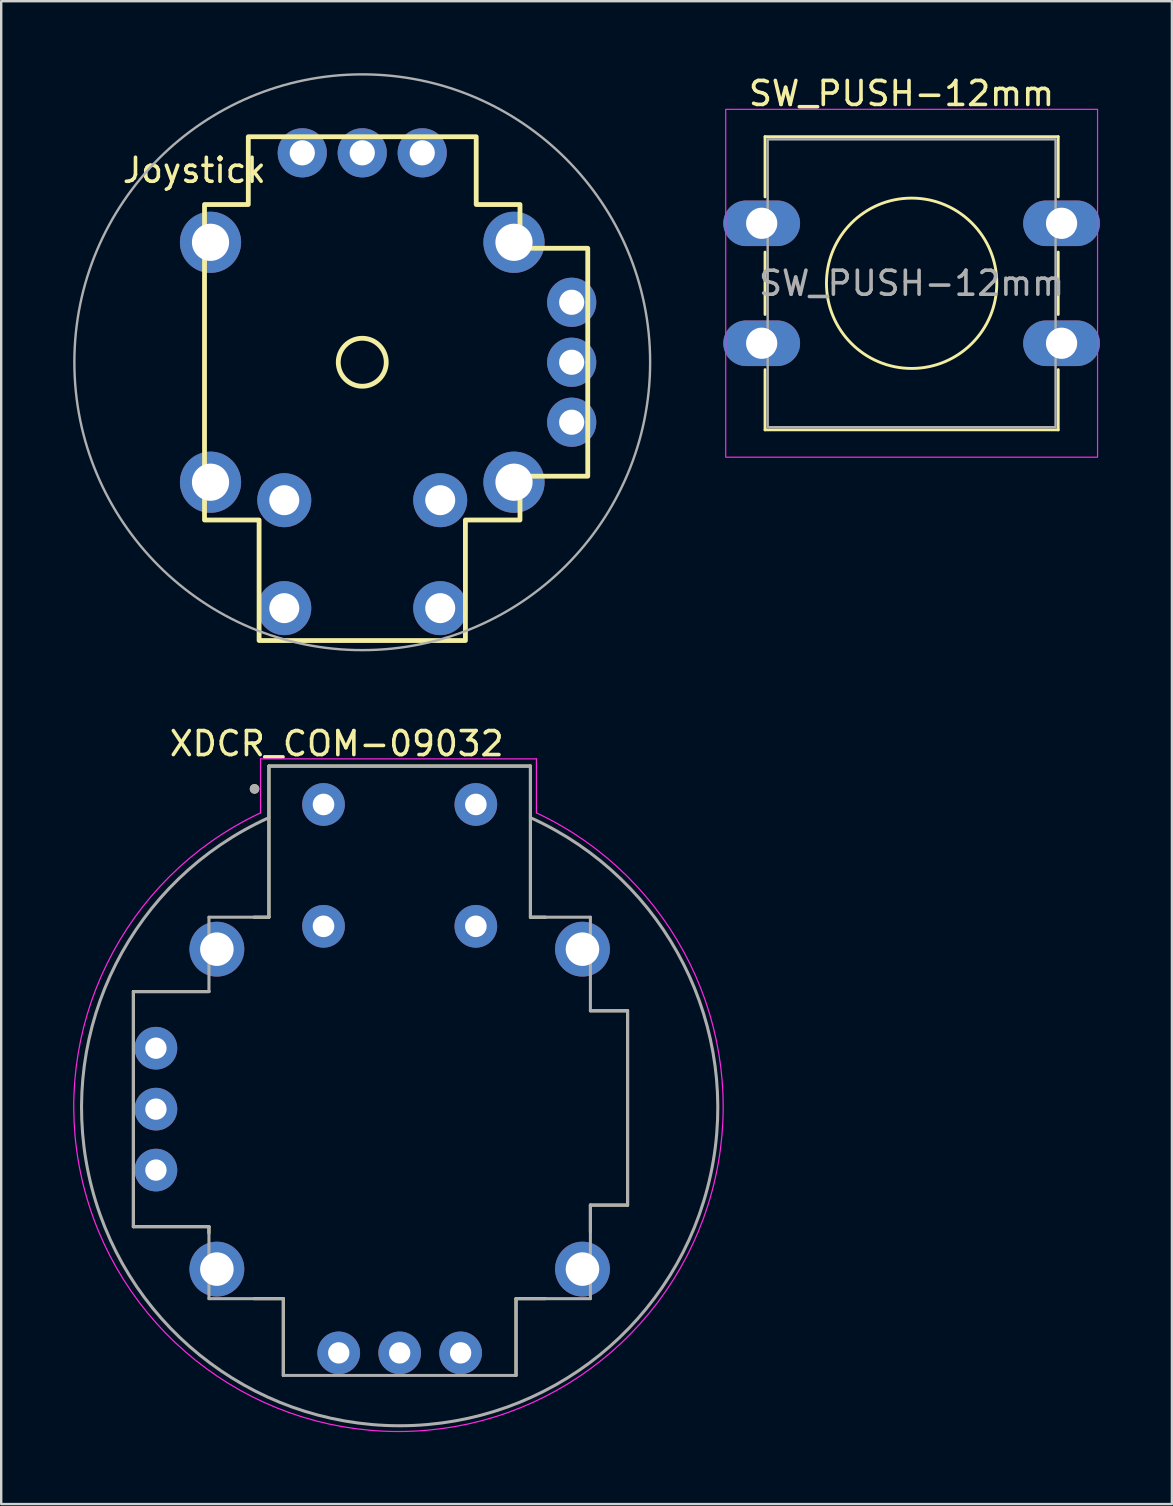
<source format=kicad_pcb>
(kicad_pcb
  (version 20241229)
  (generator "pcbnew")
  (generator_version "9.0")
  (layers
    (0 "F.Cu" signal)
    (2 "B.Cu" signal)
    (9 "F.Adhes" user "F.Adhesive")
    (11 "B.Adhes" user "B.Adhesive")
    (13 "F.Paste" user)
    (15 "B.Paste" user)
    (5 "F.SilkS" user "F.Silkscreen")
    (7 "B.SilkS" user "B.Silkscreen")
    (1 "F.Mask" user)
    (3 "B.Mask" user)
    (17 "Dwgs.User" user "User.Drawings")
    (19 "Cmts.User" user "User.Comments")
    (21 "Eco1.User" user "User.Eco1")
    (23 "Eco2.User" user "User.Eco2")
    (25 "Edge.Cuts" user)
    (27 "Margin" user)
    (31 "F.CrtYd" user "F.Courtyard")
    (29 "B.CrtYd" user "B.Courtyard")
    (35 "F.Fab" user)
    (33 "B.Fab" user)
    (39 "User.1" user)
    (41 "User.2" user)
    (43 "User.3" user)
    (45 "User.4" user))
  (footprint "SW_PUSH-12mm"
    (layer "F.Cu")
    (at 28.7 6.258)
    (property "Reference" "SW_PUSH-12mm" (at 5.83 -5.41 0) (layer "F.SilkS") (effects (font (size 1 1) (thickness 0.15))))
    (attr through_hole)
    (fp_line (start 0.14 -3.61) (end 0.14 -1.1) (stroke (width 0.12) (type default)) (layer "F.SilkS"))
    (fp_line (start 0.14 -3.61) (end 12.36 -3.61) (stroke (width 0.12) (type default)) (layer "F.SilkS"))
    (fp_line (start 0.14 1.2) (end 0.14 3.8) (stroke (width 0.12) (type default)) (layer "F.SilkS"))
    (fp_line (start 0.14 6.1) (end 0.14 8.61) (stroke (width 0.12) (type default)) (layer "F.SilkS"))
    (fp_line (start 12.36 -3.61) (end 12.36 -1.1) (stroke (width 0.12) (type default)) (layer "F.SilkS"))
    (fp_line (start 12.36 1.2) (end 12.36 3.8) (stroke (width 0.12) (type default)) (layer "F.SilkS"))
    (fp_line (start 12.36 6.1) (end 12.36 8.61) (stroke (width 0.12) (type default)) (layer "F.SilkS"))
    (fp_line (start 12.36 8.61) (end 0.14 8.61) (stroke (width 0.12) (type default)) (layer "F.SilkS"))
    (fp_circle (center 6.25 2.5) (end 9.8 2.5) (stroke (width 0.12) (type default)) (fill no) (layer "F.SilkS"))
    (fp_rect (start -1.5 -4.75) (end 14 9.75) (stroke (width 0.05) (type default)) (fill no) (layer "F.CrtYd"))
    (fp_rect (start 0.25 -3.5) (end 12.25 8.5) (stroke (width 0.1) (type default)) (fill no) (layer "F.Fab"))
    (fp_text user "${REFERENCE}" (at 6.25 2.5 0) (layer "F.Fab") (effects (font (size 1 1) (thickness 0.15))))
    (pad "1" thru_hole oval (at 0 0) (size 3.2 1.9) (drill 1.3) (layers "*.Cu" "*.Mask"))
    (pad "1" thru_hole oval (at 12.5 0) (size 3.2 1.9) (drill 1.3) (layers "*.Cu" "*.Mask"))
    (pad "2" thru_hole oval (at 0 5) (size 3.2 1.9) (drill 1.3) (layers "*.Cu" "*.Mask"))
    (pad "2" thru_hole oval (at 12.5 5) (size 3.2 1.9) (drill 1.3) (layers "*.Cu" "*.Mask")))
  (footprint "Joystick"
    (layer "F.Cu")
    (at 12.05 12.05)
    (property "Reference" "Joystick" (at -7 -8 0) (unlocked yes) (layer "F.SilkS") (effects (font (size 1 1) (thickness 0.15))))
    (attr through_hole)
    (fp_circle (center 0 0) (end 1 0) (stroke (width 0.2) (type default)) (fill no) (layer "F.SilkS"))
    (fp_poly (pts (xy -4.75 -9.4) (xy 4.75 -9.4) (xy 4.75 -6.575) (xy 6.575 -6.575) (xy 6.575 -4.75) (xy 9.4 -4.75) (xy 9.4 4.75) (xy 6.575 4.75) (xy 6.575 6.575) (xy 4.3 6.575) (xy 4.3 11.6) (xy -4.3 11.6) (xy -4.3 6.575) (xy -6.575 6.575) (xy -6.575 -6.575) (xy -4.75 -6.575)) (stroke (width 0.2) (type solid)) (fill no) (layer "F.SilkS"))
    (fp_circle (center 0 0) (end 12 0) (stroke (width 0.1) (type default)) (fill no) (layer "F.Fab"))
    (pad "" thru_hole circle (at -6.325 -5) (size 2.55 2.55) (drill 1.55) (layers "*.Cu" "*.Mask"))
    (pad "" thru_hole circle (at -6.325 5) (size 2.55 2.55) (drill 1.55) (layers "*.Cu" "*.Mask"))
    (pad "" thru_hole circle (at 6.325 -5) (size 2.55 2.55) (drill 1.55) (layers "*.Cu" "*.Mask"))
    (pad "" thru_hole circle (at 6.325 5) (size 2.55 2.55) (drill 1.55) (layers "*.Cu" "*.Mask"))
    (pad "1" thru_hole circle (at 2.5 -8.73) (size 2.05 2.05) (drill 1.05) (layers "*.Cu" "*.Mask"))
    (pad "1'" thru_hole circle (at 8.73 2.5) (size 2.05 2.05) (drill 1.05) (layers "*.Cu" "*.Mask"))
    (pad "2" thru_hole circle (at 0 -8.73) (size 2.05 2.05) (drill 1.05) (layers "*.Cu" "*.Mask"))
    (pad "2'" thru_hole circle (at 8.73 0) (size 2.05 2.05) (drill 1.05) (layers "*.Cu" "*.Mask"))
    (pad "3" thru_hole circle (at -2.5 -8.73) (size 2.05 2.05) (drill 1.05) (layers "*.Cu" "*.Mask"))
    (pad "3'" thru_hole circle (at 8.73 -2.5) (size 2.05 2.05) (drill 1.05) (layers "*.Cu" "*.Mask"))
    (pad "a" thru_hole circle (at -3.25 5.75) (size 2.25 2.25) (drill 1.25) (layers "*.Cu" "*.Mask"))
    (pad "b" thru_hole circle (at 3.25 5.75) (size 2.25 2.25) (drill 1.25) (layers "*.Cu" "*.Mask"))
    (pad "c" thru_hole circle (at -3.25 10.25) (size 2.25 2.25) (drill 1.25) (layers "*.Cu" "*.Mask"))
    (pad "d" thru_hole circle (at 3.25 10.25) (size 2.25 2.25) (drill 1.25) (layers "*.Cu" "*.Mask")))
  (footprint "XDCR_COM-09032"
    (layer "F.Cu")
    (at 13.61 43.183)
    (property "Reference" "XDCR_COM-09032" (at -2.625 -15.235 0) (layer "F.SilkS") (effects (font (size 1 1) (thickness 0.15))))
    (attr through_hole)
    (fp_line (start -11.1 -4.9) (end -7.95 -4.9) (stroke (width 0.127) (type solid)) (layer "F.SilkS"))
    (fp_line (start -11.1 4.9) (end -11.1 -4.9) (stroke (width 0.127) (type solid)) (layer "F.SilkS"))
    (fp_line (start -7.95 4.9) (end -11.1 4.9) (stroke (width 0.127) (type solid)) (layer "F.SilkS"))
    (fp_line (start -7.95 5.17) (end -7.95 4.9) (stroke (width 0.127) (type solid)) (layer "F.SilkS"))
    (fp_line (start -6.07 -8) (end -5.45 -8) (stroke (width 0.127) (type solid)) (layer "F.SilkS"))
    (fp_line (start -5.45 -14.3) (end 5.45 -14.3) (stroke (width 0.127) (type solid)) (layer "F.SilkS"))
    (fp_line (start -5.45 -8) (end -5.45 -14.3) (stroke (width 0.127) (type solid)) (layer "F.SilkS"))
    (fp_line (start -4.85 7.9) (end -6.07 7.9) (stroke (width 0.127) (type solid)) (layer "F.SilkS"))
    (fp_line (start -4.85 11.1) (end -4.85 7.9) (stroke (width 0.127) (type solid)) (layer "F.SilkS"))
    (fp_line (start 4.85 7.9) (end 4.85 11.1) (stroke (width 0.127) (type solid)) (layer "F.SilkS"))
    (fp_line (start 5.45 -14.3) (end 5.45 -8) (stroke (width 0.127) (type solid)) (layer "F.SilkS"))
    (fp_line (start 5.45 -8) (end 6.08 -8) (stroke (width 0.127) (type solid)) (layer "F.SilkS"))
    (fp_line (start 6.08 7.9) (end 4.85 7.9) (stroke (width 0.127) (type solid)) (layer "F.SilkS"))
    (fp_line (start 7.95 -4.1) (end 9.5 -4.1) (stroke (width 0.127) (type solid)) (layer "F.SilkS"))
    (fp_line (start 7.95 4) (end 7.95 5.12) (stroke (width 0.127) (type solid)) (layer "F.SilkS"))
    (fp_line (start 9.5 -4.1) (end 9.5 4) (stroke (width 0.127) (type solid)) (layer "F.SilkS"))
    (fp_line (start 9.5 4) (end 7.95 4) (stroke (width 0.127) (type solid)) (layer "F.SilkS"))
    (fp_circle (center -6.05 -13.35) (end -5.95 -13.35) (stroke (width 0.2) (type solid)) (fill no) (layer "F.SilkS"))
    (fp_line (start -5.8 -14.6) (end 5.7 -14.6) (stroke (width 0.05) (type solid)) (layer "F.CrtYd"))
    (fp_line (start -5.8 -12.35) (end -5.8 -14.6) (stroke (width 0.05) (type solid)) (layer "F.CrtYd"))
    (fp_line (start 5.7 -14.6) (end 5.7 -12.35) (stroke (width 0.05) (type solid)) (layer "F.CrtYd"))
    (fp_arc (start 5.7 -12.35) (mid -0.05 13.437438) (end -5.8 -12.35) (stroke (width 0.05) (type solid)) (layer "F.CrtYd"))
    (fp_line (start -11.1 -4.9) (end -11.1 4.9) (stroke (width 0.127) (type solid)) (layer "F.Fab"))
    (fp_line (start -7.95 -4.9) (end -11.1 -4.9) (stroke (width 0.127) (type solid)) (layer "F.Fab"))
    (fp_line (start -7.95 -4.9) (end -7.95 -8) (stroke (width 0.127) (type solid)) (layer "F.Fab"))
    (fp_line (start -7.95 4.9) (end -11.1 4.9) (stroke (width 0.127) (type solid)) (layer "F.Fab"))
    (fp_line (start -7.95 4.9) (end -7.95 7.9) (stroke (width 0.127) (type solid)) (layer "F.Fab"))
    (fp_line (start -5.45 -14.3) (end -5.45 -8) (stroke (width 0.127) (type solid)) (layer "F.Fab"))
    (fp_line (start -5.45 -8) (end -7.95 -8) (stroke (width 0.127) (type solid)) (layer "F.Fab"))
    (fp_line (start -4.85 7.9) (end -7.95 7.9) (stroke (width 0.127) (type solid)) (layer "F.Fab"))
    (fp_line (start -4.85 11.1) (end -4.85 7.9) (stroke (width 0.127) (type solid)) (layer "F.Fab"))
    (fp_line (start 4.85 7.9) (end 7.95 7.9) (stroke (width 0.127) (type solid)) (layer "F.Fab"))
    (fp_line (start 4.85 11.1) (end -4.85 11.1) (stroke (width 0.127) (type solid)) (layer "F.Fab"))
    (fp_line (start 4.85 11.1) (end 4.85 7.9) (stroke (width 0.127) (type solid)) (layer "F.Fab"))
    (fp_line (start 5.45 -14.3) (end -5.45 -14.3) (stroke (width 0.127) (type solid)) (layer "F.Fab"))
    (fp_line (start 5.45 -14.3) (end 5.45 -8) (stroke (width 0.127) (type solid)) (layer "F.Fab"))
    (fp_line (start 7.95 -8) (end 5.45 -8) (stroke (width 0.127) (type solid)) (layer "F.Fab"))
    (fp_line (start 7.95 -4.1) (end 7.95 -8) (stroke (width 0.127) (type solid)) (layer "F.Fab"))
    (fp_line (start 7.95 -4.1) (end 9.5 -4.1) (stroke (width 0.127) (type solid)) (layer "F.Fab"))
    (fp_line (start 7.95 4) (end 7.95 7.9) (stroke (width 0.127) (type solid)) (layer "F.Fab"))
    (fp_line (start 7.95 4) (end 9.5 4) (stroke (width 0.127) (type solid)) (layer "F.Fab"))
    (fp_line (start 9.5 -4.1) (end 9.5 4) (stroke (width 0.127) (type solid)) (layer "F.Fab"))
    (fp_arc (start 5.45 -12.15) (mid 0 13.197504) (end -5.45 -12.15) (stroke (width 0.127) (type solid)) (layer "F.Fab"))
    (fp_circle (center -6.05 -13.35) (end -5.95 -13.35) (stroke (width 0.2) (type solid)) (fill no) (layer "F.Fab"))
    (pad "B1A" thru_hole circle (at -3.175 -12.7) (size 1.778 1.778) (drill 0.9) (layers "*.Cu" "*.Mask"))
    (pad "B1B" thru_hole circle (at 3.175 -12.7) (size 1.778 1.778) (drill 0.9) (layers "*.Cu" "*.Mask"))
    (pad "B2A" thru_hole circle (at -3.175 -7.62) (size 1.778 1.778) (drill 0.9) (layers "*.Cu" "*.Mask"))
    (pad "B2B" thru_hole circle (at 3.175 -7.62) (size 1.778 1.778) (drill 0.9) (layers "*.Cu" "*.Mask"))
    (pad "H1" thru_hole circle (at -2.54 10.16) (size 1.778 1.778) (drill 0.889) (layers "*.Cu" "*.Mask"))
    (pad "H2" thru_hole circle (at 0 10.16) (size 1.778 1.778) (drill 0.889) (layers "*.Cu" "*.Mask"))
    (pad "H3" thru_hole circle (at 2.54 10.16) (size 1.778 1.778) (drill 0.889) (layers "*.Cu" "*.Mask"))
    (pad "S1" thru_hole circle (at -7.62 -6.668) (size 2.286 2.286) (drill 1.397) (layers "*.Cu" "*.Mask"))
    (pad "S2" thru_hole circle (at -7.62 6.668) (size 2.286 2.286) (drill 1.397) (layers "*.Cu" "*.Mask"))
    (pad "S3" thru_hole circle (at 7.62 6.668) (size 2.286 2.286) (drill 1.397) (layers "*.Cu" "*.Mask"))
    (pad "S4" thru_hole circle (at 7.62 -6.668) (size 2.286 2.286) (drill 1.397) (layers "*.Cu" "*.Mask"))
    (pad "V1" thru_hole circle (at -10.16 -2.54) (size 1.778 1.778) (drill 0.889) (layers "*.Cu" "*.Mask"))
    (pad "V2" thru_hole circle (at -10.16 0) (size 1.778 1.778) (drill 0.889) (layers "*.Cu" "*.Mask"))
    (pad "V3" thru_hole circle (at -10.16 2.54) (size 1.778 1.778) (drill 0.889) (layers "*.Cu" "*.Mask")))
  (gr_rect
    (start -3 -3)
    (end 45.8 59.646)
    (stroke (width 0.1) (type default))
    (fill no)
    (layer "Edge.Cuts")))
</source>
